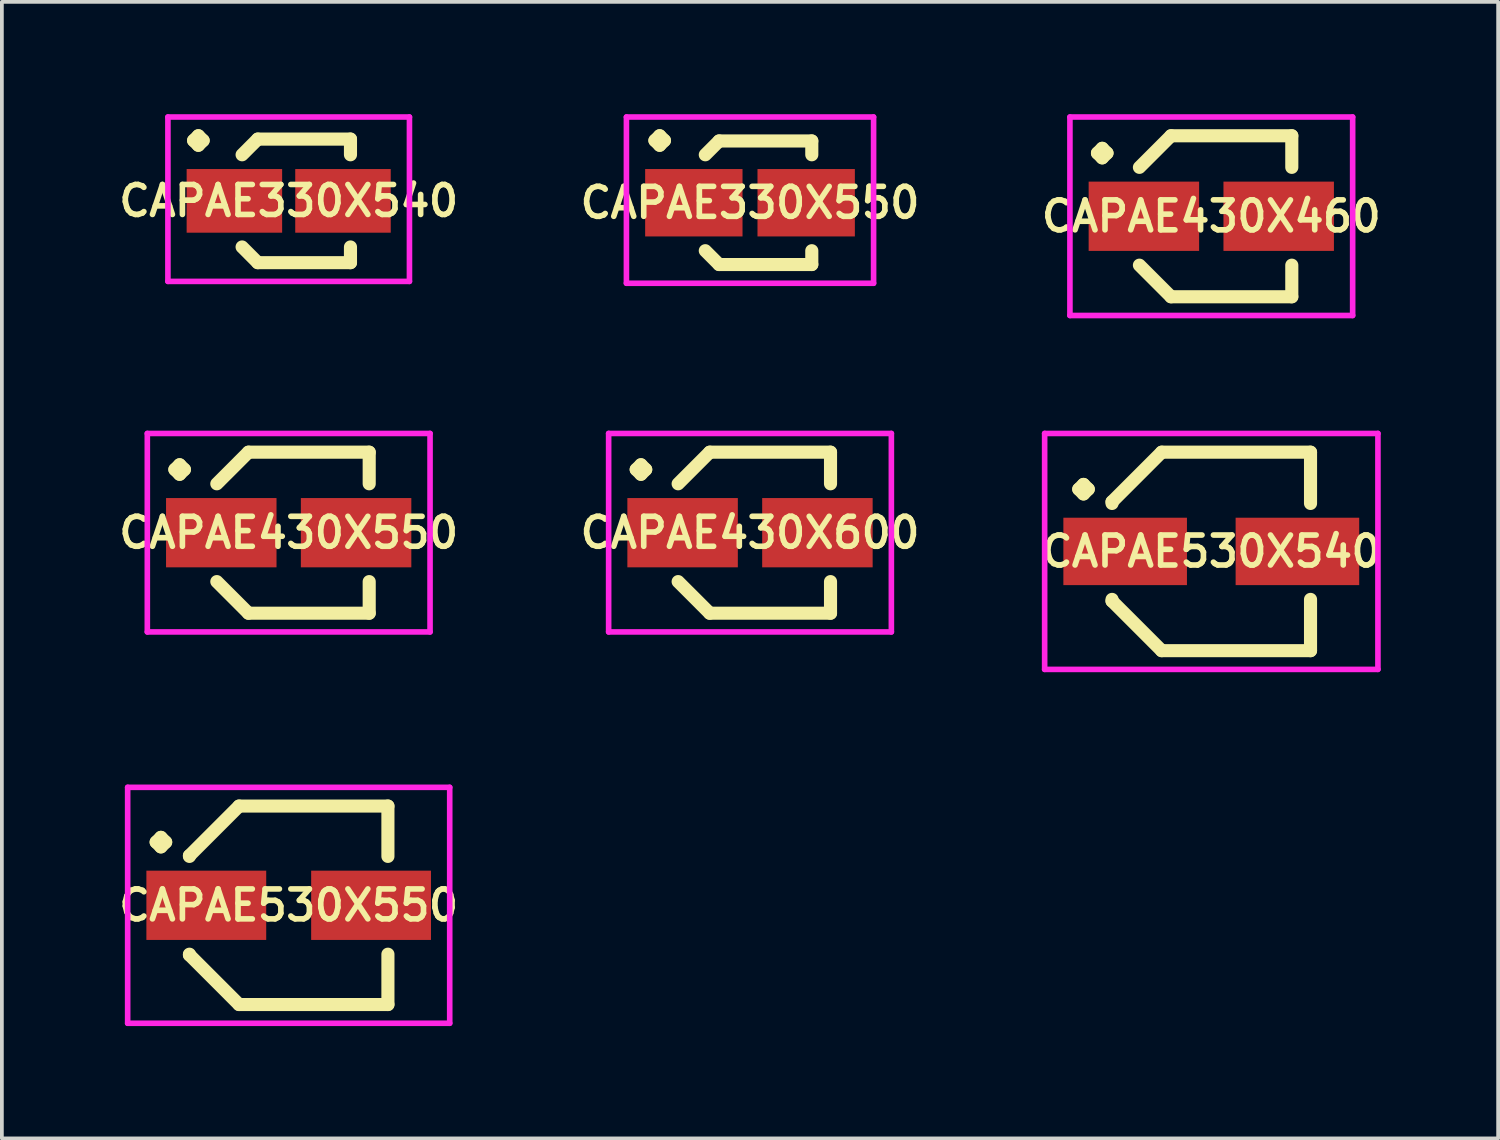
<source format=kicad_pcb>
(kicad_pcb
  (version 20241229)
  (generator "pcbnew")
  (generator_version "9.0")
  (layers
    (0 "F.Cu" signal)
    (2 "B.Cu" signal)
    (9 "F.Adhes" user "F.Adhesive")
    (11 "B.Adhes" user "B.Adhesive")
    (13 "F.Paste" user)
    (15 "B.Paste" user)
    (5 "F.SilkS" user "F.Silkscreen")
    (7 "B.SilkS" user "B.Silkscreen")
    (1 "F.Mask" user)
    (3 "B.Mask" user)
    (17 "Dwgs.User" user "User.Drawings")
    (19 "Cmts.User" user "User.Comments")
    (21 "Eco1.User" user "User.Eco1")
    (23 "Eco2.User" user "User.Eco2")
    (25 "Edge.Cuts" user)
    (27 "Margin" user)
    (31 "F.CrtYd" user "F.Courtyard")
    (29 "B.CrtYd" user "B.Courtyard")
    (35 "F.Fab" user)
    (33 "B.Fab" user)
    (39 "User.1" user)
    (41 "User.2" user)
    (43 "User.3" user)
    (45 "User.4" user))
  (footprint "CAPAE330X550"
    (layer "F.Cu")
    (at 16.978 2.364)
    (property "Reference" "CAPAE330X550" (at 0 0 0) (layer "F.SilkS") (effects (font (size 0.8 0.8) (thickness 0.15))))
    (attr smd)
    (fp_line (start -2.539 -1.662) (end -2.412 -1.789) (stroke (width 0.35) (type solid)) (layer "F.SilkS"))
    (fp_line (start -2.412 -1.789) (end -2.285 -1.662) (stroke (width 0.35) (type solid)) (layer "F.SilkS"))
    (fp_line (start -2.412 -1.535) (end -2.539 -1.662) (stroke (width 0.35) (type solid)) (layer "F.SilkS"))
    (fp_line (start -2.285 -1.662) (end -2.412 -1.535) (stroke (width 0.35) (type solid)) (layer "F.SilkS"))
    (fp_line (start -0.825 -1.65) (end -1.194 -1.281) (stroke (width 0.35) (type solid)) (layer "F.SilkS"))
    (fp_line (start -0.825 1.65) (end -1.194 1.281) (stroke (width 0.35) (type solid)) (layer "F.SilkS"))
    (fp_line (start 1.65 -1.65) (end -0.825 -1.65) (stroke (width 0.35) (type solid)) (layer "F.SilkS"))
    (fp_line (start 1.65 -1.281) (end 1.65 -1.65) (stroke (width 0.35) (type solid)) (layer "F.SilkS"))
    (fp_line (start 1.65 1.281) (end 1.65 1.65) (stroke (width 0.35) (type solid)) (layer "F.SilkS"))
    (fp_line (start 1.65 1.65) (end -0.825 1.65) (stroke (width 0.35) (type solid)) (layer "F.SilkS"))
    (fp_line (start -3.3 -2.289) (end 3.3 -2.289) (stroke (width 0.15) (type solid)) (layer "F.CrtYd"))
    (fp_line (start -3.3 2.15) (end -3.3 -2.289) (stroke (width 0.15) (type solid)) (layer "F.CrtYd"))
    (fp_line (start 3.3 -2.289) (end 3.3 2.15) (stroke (width 0.15) (type solid)) (layer "F.CrtYd"))
    (fp_line (start 3.3 2.15) (end -3.3 2.15) (stroke (width 0.15) (type solid)) (layer "F.CrtYd"))
    (pad "1" smd rect (at -1.5 0) (size 2.6 1.8) (layers "F.Cu" "F.Mask" "F.Paste"))
    (pad "2" smd rect (at 1.5 0) (size 2.6 1.8) (layers "F.Cu" "F.Mask" "F.Paste")))
  (footprint "CAPAE330X540"
    (layer "F.Cu")
    (at 4.659 2.314)
    (property "Reference" "CAPAE330X540" (at 0 0 0) (layer "F.SilkS") (effects (font (size 0.8 0.8) (thickness 0.15))))
    (attr smd)
    (fp_line (start -2.539 -1.612) (end -2.412 -1.739) (stroke (width 0.35) (type solid)) (layer "F.SilkS"))
    (fp_line (start -2.412 -1.739) (end -2.285 -1.612) (stroke (width 0.35) (type solid)) (layer "F.SilkS"))
    (fp_line (start -2.412 -1.485) (end -2.539 -1.612) (stroke (width 0.35) (type solid)) (layer "F.SilkS"))
    (fp_line (start -2.285 -1.612) (end -2.412 -1.485) (stroke (width 0.35) (type solid)) (layer "F.SilkS"))
    (fp_line (start -0.825 -1.65) (end -1.244 -1.231) (stroke (width 0.35) (type solid)) (layer "F.SilkS"))
    (fp_line (start -0.825 1.65) (end -1.244 1.231) (stroke (width 0.35) (type solid)) (layer "F.SilkS"))
    (fp_line (start 1.65 -1.65) (end -0.825 -1.65) (stroke (width 0.35) (type solid)) (layer "F.SilkS"))
    (fp_line (start 1.65 -1.231) (end 1.65 -1.65) (stroke (width 0.35) (type solid)) (layer "F.SilkS"))
    (fp_line (start 1.65 1.231) (end 1.65 1.65) (stroke (width 0.35) (type solid)) (layer "F.SilkS"))
    (fp_line (start 1.65 1.65) (end -0.825 1.65) (stroke (width 0.35) (type solid)) (layer "F.SilkS"))
    (fp_line (start -3.225 -2.239) (end 3.225 -2.239) (stroke (width 0.15) (type solid)) (layer "F.CrtYd"))
    (fp_line (start -3.225 2.15) (end -3.225 -2.239) (stroke (width 0.15) (type solid)) (layer "F.CrtYd"))
    (fp_line (start 3.225 -2.239) (end 3.225 2.15) (stroke (width 0.15) (type solid)) (layer "F.CrtYd"))
    (fp_line (start 3.225 2.15) (end -3.225 2.15) (stroke (width 0.15) (type solid)) (layer "F.CrtYd"))
    (pad "1" smd rect (at -1.45 0) (size 2.55 1.7) (layers "F.Cu" "F.Mask" "F.Paste"))
    (pad "2" smd rect (at 1.45 0) (size 2.55 1.7) (layers "F.Cu" "F.Mask" "F.Paste")))
  (footprint "CAPAE530X550"
    (layer "F.Cu")
    (at 4.659 21.125)
    (property "Reference" "CAPAE530X550" (at 0 0 0) (layer "F.SilkS") (effects (font (size 0.8 0.8) (thickness 0.15))))
    (attr smd)
    (fp_line (start -3.539 -1.687) (end -3.412 -1.814) (stroke (width 0.35) (type solid)) (layer "F.SilkS"))
    (fp_line (start -3.412 -1.814) (end -3.285 -1.687) (stroke (width 0.35) (type solid)) (layer "F.SilkS"))
    (fp_line (start -3.412 -1.56) (end -3.539 -1.687) (stroke (width 0.35) (type solid)) (layer "F.SilkS"))
    (fp_line (start -3.285 -1.687) (end -3.412 -1.56) (stroke (width 0.35) (type solid)) (layer "F.SilkS"))
    (fp_line (start -2.65 -1.325) (end -2.65 -1.306) (stroke (width 0.35) (type solid)) (layer "F.SilkS"))
    (fp_line (start -2.65 1.325) (end -2.65 1.306) (stroke (width 0.35) (type solid)) (layer "F.SilkS"))
    (fp_line (start -1.325 -2.65) (end -2.65 -1.325) (stroke (width 0.35) (type solid)) (layer "F.SilkS"))
    (fp_line (start -1.325 2.65) (end -2.65 1.325) (stroke (width 0.35) (type solid)) (layer "F.SilkS"))
    (fp_line (start 2.65 -2.65) (end -1.325 -2.65) (stroke (width 0.35) (type solid)) (layer "F.SilkS"))
    (fp_line (start 2.65 -1.306) (end 2.65 -2.65) (stroke (width 0.35) (type solid)) (layer "F.SilkS"))
    (fp_line (start 2.65 1.306) (end 2.65 2.65) (stroke (width 0.35) (type solid)) (layer "F.SilkS"))
    (fp_line (start 2.65 2.65) (end -1.325 2.65) (stroke (width 0.35) (type solid)) (layer "F.SilkS"))
    (fp_line (start -4.3 -3.15) (end 4.3 -3.15) (stroke (width 0.15) (type solid)) (layer "F.CrtYd"))
    (fp_line (start -4.3 3.15) (end -4.3 -3.15) (stroke (width 0.15) (type solid)) (layer "F.CrtYd"))
    (fp_line (start 4.3 -3.15) (end 4.3 3.15) (stroke (width 0.15) (type solid)) (layer "F.CrtYd"))
    (fp_line (start 4.3 3.15) (end -4.3 3.15) (stroke (width 0.15) (type solid)) (layer "F.CrtYd"))
    (pad "1" smd rect (at -2.2 0) (size 3.2 1.85) (layers "F.Cu" "F.Mask" "F.Paste"))
    (pad "2" smd rect (at 2.2 0) (size 3.2 1.85) (layers "F.Cu" "F.Mask" "F.Paste")))
  (footprint "CAPAE430X550"
    (layer "F.Cu")
    (at 4.659 11.175)
    (property "Reference" "CAPAE430X550" (at 0 0 0) (layer "F.SilkS") (effects (font (size 0.8 0.8) (thickness 0.15))))
    (attr smd)
    (fp_line (start -3.039 -1.687) (end -2.912 -1.814) (stroke (width 0.35) (type solid)) (layer "F.SilkS"))
    (fp_line (start -2.912 -1.814) (end -2.785 -1.687) (stroke (width 0.35) (type solid)) (layer "F.SilkS"))
    (fp_line (start -2.912 -1.56) (end -3.039 -1.687) (stroke (width 0.35) (type solid)) (layer "F.SilkS"))
    (fp_line (start -2.785 -1.687) (end -2.912 -1.56) (stroke (width 0.35) (type solid)) (layer "F.SilkS"))
    (fp_line (start -1.075 -2.15) (end -1.919 -1.306) (stroke (width 0.35) (type solid)) (layer "F.SilkS"))
    (fp_line (start -1.075 2.15) (end -1.919 1.306) (stroke (width 0.35) (type solid)) (layer "F.SilkS"))
    (fp_line (start 2.15 -2.15) (end -1.075 -2.15) (stroke (width 0.35) (type solid)) (layer "F.SilkS"))
    (fp_line (start 2.15 -1.306) (end 2.15 -2.15) (stroke (width 0.35) (type solid)) (layer "F.SilkS"))
    (fp_line (start 2.15 1.306) (end 2.15 2.15) (stroke (width 0.35) (type solid)) (layer "F.SilkS"))
    (fp_line (start 2.15 2.15) (end -1.075 2.15) (stroke (width 0.35) (type solid)) (layer "F.SilkS"))
    (fp_line (start -3.775 -2.65) (end 3.775 -2.65) (stroke (width 0.15) (type solid)) (layer "F.CrtYd"))
    (fp_line (start -3.775 2.65) (end -3.775 -2.65) (stroke (width 0.15) (type solid)) (layer "F.CrtYd"))
    (fp_line (start 3.775 -2.65) (end 3.775 2.65) (stroke (width 0.15) (type solid)) (layer "F.CrtYd"))
    (fp_line (start 3.775 2.65) (end -3.775 2.65) (stroke (width 0.15) (type solid)) (layer "F.CrtYd"))
    (pad "1" smd rect (at -1.8 0) (size 2.95 1.85) (layers "F.Cu" "F.Mask" "F.Paste"))
    (pad "2" smd rect (at 1.8 0) (size 2.95 1.85) (layers "F.Cu" "F.Mask" "F.Paste")))
  (footprint "CAPAE530X540"
    (layer "F.Cu")
    (at 29.296 11.675)
    (property "Reference" "CAPAE530X540" (at 0 0 0) (layer "F.SilkS") (effects (font (size 0.8 0.8) (thickness 0.15))))
    (attr through_hole)
    (fp_line (start -3.539 -1.662) (end -3.412 -1.789) (stroke (width 0.35) (type solid)) (layer "F.SilkS"))
    (fp_line (start -3.412 -1.789) (end -3.285 -1.662) (stroke (width 0.35) (type solid)) (layer "F.SilkS"))
    (fp_line (start -3.412 -1.535) (end -3.539 -1.662) (stroke (width 0.35) (type solid)) (layer "F.SilkS"))
    (fp_line (start -3.285 -1.662) (end -3.412 -1.535) (stroke (width 0.35) (type solid)) (layer "F.SilkS"))
    (fp_line (start -2.65 -1.325) (end -2.65 -1.281) (stroke (width 0.35) (type solid)) (layer "F.SilkS"))
    (fp_line (start -2.65 1.325) (end -2.65 1.281) (stroke (width 0.35) (type solid)) (layer "F.SilkS"))
    (fp_line (start -1.325 -2.65) (end -2.65 -1.325) (stroke (width 0.35) (type solid)) (layer "F.SilkS"))
    (fp_line (start -1.325 2.65) (end -2.65 1.325) (stroke (width 0.35) (type solid)) (layer "F.SilkS"))
    (fp_line (start 2.65 -2.65) (end -1.325 -2.65) (stroke (width 0.35) (type solid)) (layer "F.SilkS"))
    (fp_line (start 2.65 -1.281) (end 2.65 -2.65) (stroke (width 0.35) (type solid)) (layer "F.SilkS"))
    (fp_line (start 2.65 1.281) (end 2.65 2.65) (stroke (width 0.35) (type solid)) (layer "F.SilkS"))
    (fp_line (start 2.65 2.65) (end -1.325 2.65) (stroke (width 0.35) (type solid)) (layer "F.SilkS"))
    (fp_line (start -4.45 -3.15) (end 4.45 -3.15) (stroke (width 0.15) (type solid)) (layer "F.CrtYd"))
    (fp_line (start -4.45 3.15) (end -4.45 -3.15) (stroke (width 0.15) (type solid)) (layer "F.CrtYd"))
    (fp_line (start 4.45 -3.15) (end 4.45 3.15) (stroke (width 0.15) (type solid)) (layer "F.CrtYd"))
    (fp_line (start 4.45 3.15) (end -4.45 3.15) (stroke (width 0.15) (type solid)) (layer "F.CrtYd"))
    (pad "1" smd rect (at -2.3 0) (size 3.3 1.8) (layers "F.Cu" "F.Mask" "F.Paste"))
    (pad "2" smd rect (at 2.3 0) (size 3.3 1.8) (layers "F.Cu" "F.Mask" "F.Paste")))
  (footprint "CAPAE430X460"
    (layer "F.Cu")
    (at 29.296 2.725)
    (property "Reference" "CAPAE430X460" (at 0 0 0) (layer "F.SilkS") (effects (font (size 0.8 0.8) (thickness 0.15))))
    (attr smd)
    (fp_line (start -3.039 -1.687) (end -2.912 -1.814) (stroke (width 0.35) (type solid)) (layer "F.SilkS"))
    (fp_line (start -2.912 -1.814) (end -2.785 -1.687) (stroke (width 0.35) (type solid)) (layer "F.SilkS"))
    (fp_line (start -2.912 -1.56) (end -3.039 -1.687) (stroke (width 0.35) (type solid)) (layer "F.SilkS"))
    (fp_line (start -2.785 -1.687) (end -2.912 -1.56) (stroke (width 0.35) (type solid)) (layer "F.SilkS"))
    (fp_line (start -1.075 -2.15) (end -1.919 -1.306) (stroke (width 0.35) (type solid)) (layer "F.SilkS"))
    (fp_line (start -1.075 2.15) (end -1.919 1.306) (stroke (width 0.35) (type solid)) (layer "F.SilkS"))
    (fp_line (start 2.15 -2.15) (end -1.075 -2.15) (stroke (width 0.35) (type solid)) (layer "F.SilkS"))
    (fp_line (start 2.15 -1.306) (end 2.15 -2.15) (stroke (width 0.35) (type solid)) (layer "F.SilkS"))
    (fp_line (start 2.15 1.306) (end 2.15 2.15) (stroke (width 0.35) (type solid)) (layer "F.SilkS"))
    (fp_line (start 2.15 2.15) (end -1.075 2.15) (stroke (width 0.35) (type solid)) (layer "F.SilkS"))
    (fp_line (start -3.775 -2.65) (end 3.775 -2.65) (stroke (width 0.15) (type solid)) (layer "F.CrtYd"))
    (fp_line (start -3.775 2.65) (end -3.775 -2.65) (stroke (width 0.15) (type solid)) (layer "F.CrtYd"))
    (fp_line (start 3.775 -2.65) (end 3.775 2.65) (stroke (width 0.15) (type solid)) (layer "F.CrtYd"))
    (fp_line (start 3.775 2.65) (end -3.775 2.65) (stroke (width 0.15) (type solid)) (layer "F.CrtYd"))
    (pad "1" smd rect (at -1.8 0) (size 2.95 1.85) (layers "F.Cu" "F.Mask" "F.Paste"))
    (pad "2" smd rect (at 1.8 0) (size 2.95 1.85) (layers "F.Cu" "F.Mask" "F.Paste")))
  (footprint "CAPAE430X600"
    (layer "F.Cu")
    (at 16.978 11.175)
    (property "Reference" "CAPAE430X600" (at 0 0 0) (layer "F.SilkS") (effects (font (size 0.8 0.8) (thickness 0.15))))
    (attr smd)
    (fp_line (start -3.039 -1.687) (end -2.912 -1.814) (stroke (width 0.35) (type solid)) (layer "F.SilkS"))
    (fp_line (start -2.912 -1.814) (end -2.785 -1.687) (stroke (width 0.35) (type solid)) (layer "F.SilkS"))
    (fp_line (start -2.912 -1.56) (end -3.039 -1.687) (stroke (width 0.35) (type solid)) (layer "F.SilkS"))
    (fp_line (start -2.785 -1.687) (end -2.912 -1.56) (stroke (width 0.35) (type solid)) (layer "F.SilkS"))
    (fp_line (start -1.075 -2.15) (end -1.919 -1.306) (stroke (width 0.35) (type solid)) (layer "F.SilkS"))
    (fp_line (start -1.075 2.15) (end -1.919 1.306) (stroke (width 0.35) (type solid)) (layer "F.SilkS"))
    (fp_line (start 2.15 -2.15) (end -1.075 -2.15) (stroke (width 0.35) (type solid)) (layer "F.SilkS"))
    (fp_line (start 2.15 -1.306) (end 2.15 -2.15) (stroke (width 0.35) (type solid)) (layer "F.SilkS"))
    (fp_line (start 2.15 1.306) (end 2.15 2.15) (stroke (width 0.35) (type solid)) (layer "F.SilkS"))
    (fp_line (start 2.15 2.15) (end -1.075 2.15) (stroke (width 0.35) (type solid)) (layer "F.SilkS"))
    (fp_line (start -3.775 -2.65) (end 3.775 -2.65) (stroke (width 0.15) (type solid)) (layer "F.CrtYd"))
    (fp_line (start -3.775 2.65) (end -3.775 -2.65) (stroke (width 0.15) (type solid)) (layer "F.CrtYd"))
    (fp_line (start 3.775 -2.65) (end 3.775 2.65) (stroke (width 0.15) (type solid)) (layer "F.CrtYd"))
    (fp_line (start 3.775 2.65) (end -3.775 2.65) (stroke (width 0.15) (type solid)) (layer "F.CrtYd"))
    (pad "1" smd rect (at -1.8 0) (size 2.95 1.85) (layers "F.Cu" "F.Mask" "F.Paste"))
    (pad "2" smd rect (at 1.8 0) (size 2.95 1.85) (layers "F.Cu" "F.Mask" "F.Paste")))
  (gr_rect
    (start -3 -3)
    (end 36.956 27.35)
    (stroke (width 0.1) (type default))
    (fill no)
    (layer "Edge.Cuts")))
</source>
